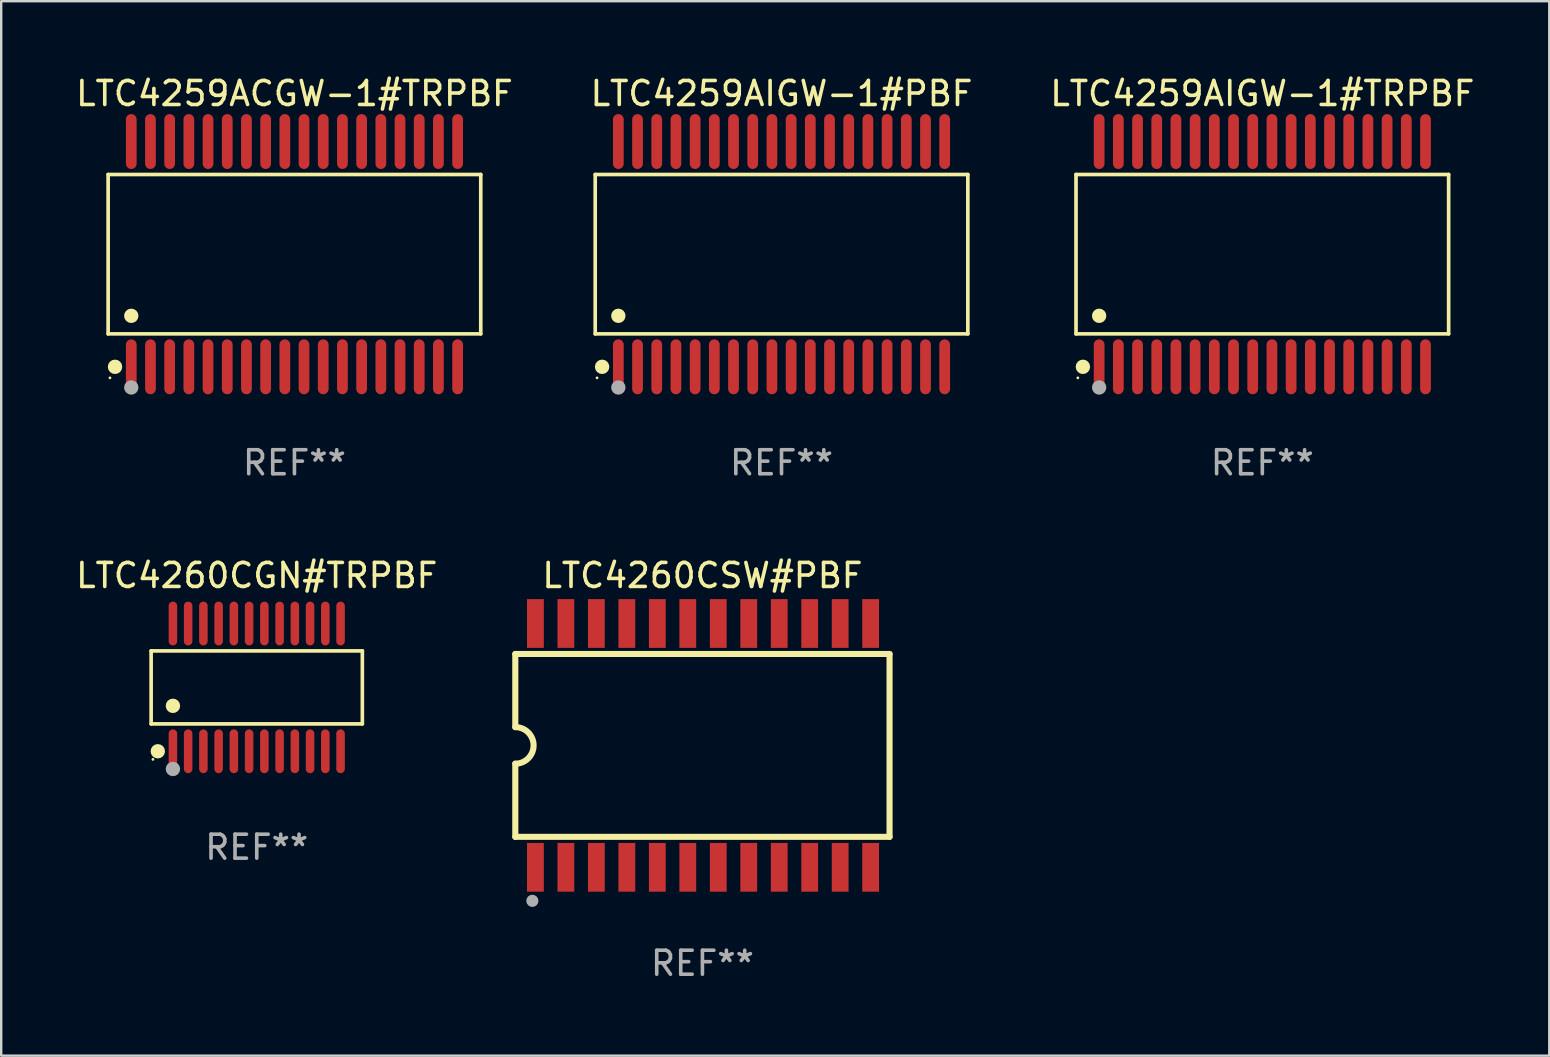
<source format=kicad_pcb>
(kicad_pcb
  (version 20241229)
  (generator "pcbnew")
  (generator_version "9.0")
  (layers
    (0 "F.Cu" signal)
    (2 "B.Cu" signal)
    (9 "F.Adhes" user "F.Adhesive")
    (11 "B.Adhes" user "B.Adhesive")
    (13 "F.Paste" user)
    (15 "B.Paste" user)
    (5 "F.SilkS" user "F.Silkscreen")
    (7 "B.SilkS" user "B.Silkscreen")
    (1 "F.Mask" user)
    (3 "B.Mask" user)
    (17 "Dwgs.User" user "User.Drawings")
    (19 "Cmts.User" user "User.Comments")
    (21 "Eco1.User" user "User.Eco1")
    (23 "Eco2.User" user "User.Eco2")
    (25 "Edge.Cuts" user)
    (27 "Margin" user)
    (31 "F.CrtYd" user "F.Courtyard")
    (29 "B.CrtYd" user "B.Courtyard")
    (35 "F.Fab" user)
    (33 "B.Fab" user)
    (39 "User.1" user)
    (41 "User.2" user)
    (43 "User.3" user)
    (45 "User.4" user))
  (footprint "LTC4260CGN#TRPBF"
    (layer "F.Cu")
    (at 7.649 25.595)
    (property "Reference" "LTC4260CGN#TRPBF" (at 0 -4.662 0) (layer "F.SilkS") (effects (font (size 1 1) (thickness 0.15))))
    (attr through_hole)
    (fp_line (start -4.401 -1.521) (end 4.401 -1.521) (stroke (width 0.152) (type solid)) (layer "F.SilkS"))
    (fp_line (start -4.401 1.521) (end -4.401 -1.521) (stroke (width 0.152) (type solid)) (layer "F.SilkS"))
    (fp_line (start 4.401 -1.521) (end 4.401 1.521) (stroke (width 0.152) (type solid)) (layer "F.SilkS"))
    (fp_line (start 4.401 1.521) (end -4.401 1.521) (stroke (width 0.152) (type solid)) (layer "F.SilkS"))
    (fp_circle (center -4.325 3) (end -4.295 3) (stroke (width 0.06) (type solid)) (fill no) (layer "F.SilkS"))
    (fp_circle (center -4.123 2.662) (end -3.973 2.662) (stroke (width 0.3) (type solid)) (fill no) (layer "F.SilkS"))
    (fp_circle (center -3.493 0.769) (end -3.342 0.769) (stroke (width 0.3) (type solid)) (fill no) (layer "F.SilkS"))
    (fp_circle (center -3.493 3.4) (end -3.342 3.4) (stroke (width 0.3) (type solid)) (fill no) (layer "F.Fab"))
    (fp_text user "REF**" (at 0 6.662 0) (layer "F.Fab") (effects (font (size 1 1) (thickness 0.15))))
    (pad "1" smd oval (at -3.493 2.662) (size 0.356 1.824) (layers "F.Cu" "F.Mask" "F.Paste"))
    (pad "2" smd oval (at -2.858 2.662) (size 0.356 1.824) (layers "F.Cu" "F.Mask" "F.Paste"))
    (pad "3" smd oval (at -2.223 2.662) (size 0.356 1.824) (layers "F.Cu" "F.Mask" "F.Paste"))
    (pad "4" smd oval (at -1.588 2.662) (size 0.356 1.824) (layers "F.Cu" "F.Mask" "F.Paste"))
    (pad "5" smd oval (at -0.953 2.662) (size 0.356 1.824) (layers "F.Cu" "F.Mask" "F.Paste"))
    (pad "6" smd oval (at -0.318 2.662) (size 0.356 1.824) (layers "F.Cu" "F.Mask" "F.Paste"))
    (pad "7" smd oval (at 0.318 2.662) (size 0.356 1.824) (layers "F.Cu" "F.Mask" "F.Paste"))
    (pad "8" smd oval (at 0.953 2.662) (size 0.356 1.824) (layers "F.Cu" "F.Mask" "F.Paste"))
    (pad "9" smd oval (at 1.588 2.662) (size 0.356 1.824) (layers "F.Cu" "F.Mask" "F.Paste"))
    (pad "10" smd oval (at 2.223 2.662) (size 0.356 1.824) (layers "F.Cu" "F.Mask" "F.Paste"))
    (pad "11" smd oval (at 2.858 2.662) (size 0.356 1.824) (layers "F.Cu" "F.Mask" "F.Paste"))
    (pad "12" smd oval (at 3.493 2.662) (size 0.356 1.824) (layers "F.Cu" "F.Mask" "F.Paste"))
    (pad "13" smd oval (at 3.493 -2.662) (size 0.356 1.824) (layers "F.Cu" "F.Mask" "F.Paste"))
    (pad "14" smd oval (at 2.858 -2.662) (size 0.356 1.824) (layers "F.Cu" "F.Mask" "F.Paste"))
    (pad "15" smd oval (at 2.223 -2.662) (size 0.356 1.824) (layers "F.Cu" "F.Mask" "F.Paste"))
    (pad "16" smd oval (at 1.588 -2.662) (size 0.356 1.824) (layers "F.Cu" "F.Mask" "F.Paste"))
    (pad "17" smd oval (at 0.953 -2.662) (size 0.356 1.824) (layers "F.Cu" "F.Mask" "F.Paste"))
    (pad "18" smd oval (at 0.318 -2.662) (size 0.356 1.824) (layers "F.Cu" "F.Mask" "F.Paste"))
    (pad "19" smd oval (at -0.318 -2.662) (size 0.356 1.824) (layers "F.Cu" "F.Mask" "F.Paste"))
    (pad "20" smd oval (at -0.953 -2.662) (size 0.356 1.824) (layers "F.Cu" "F.Mask" "F.Paste"))
    (pad "21" smd oval (at -1.588 -2.662) (size 0.356 1.824) (layers "F.Cu" "F.Mask" "F.Paste"))
    (pad "22" smd oval (at -2.223 -2.662) (size 0.356 1.824) (layers "F.Cu" "F.Mask" "F.Paste"))
    (pad "23" smd oval (at -2.858 -2.662) (size 0.356 1.824) (layers "F.Cu" "F.Mask" "F.Paste"))
    (pad "24" smd oval (at -3.493 -2.662) (size 0.356 1.824) (layers "F.Cu" "F.Mask" "F.Paste")))
  (footprint "LTC4260CSW#PBF"
    (layer "F.Cu")
    (at 26.222 28.013)
    (property "Reference" "LTC4260CSW#PBF" (at 0 -7.08 0) (layer "F.SilkS") (effects (font (size 1 1) (thickness 0.15))))
    (attr through_hole)
    (fp_line (start -7.798 -3.81) (end -7.798 -0.762) (stroke (width 0.254) (type solid)) (layer "F.SilkS"))
    (fp_line (start -7.798 3.81) (end -7.798 0.762) (stroke (width 0.254) (type solid)) (layer "F.SilkS"))
    (fp_line (start 7.798 -3.81) (end -7.798 -3.81) (stroke (width 0.254) (type solid)) (layer "F.SilkS"))
    (fp_line (start 7.798 3.81) (end -7.798 3.81) (stroke (width 0.254) (type solid)) (layer "F.SilkS"))
    (fp_line (start 7.798 3.81) (end 7.798 -3.81) (stroke (width 0.254) (type solid)) (layer "F.SilkS"))
    (fp_arc (start -7.797791 -0.762002) (mid -7.03579 -0.000001) (end -7.79779 0.762002) (stroke (width 0.254001) (type solid)) (layer "F.SilkS"))
    (fp_circle (center -7.825 3.75) (end -7.795 3.75) (stroke (width 0.06) (type solid)) (fill no) (layer "F.SilkS"))
    (fp_circle (center -7.087 6.477) (end -6.96 6.477) (stroke (width 0.254) (type solid)) (fill no) (layer "F.Fab"))
    (fp_text user "REF**" (at 0 9.08 0) (layer "F.Fab") (effects (font (size 1 1) (thickness 0.15))))
    (pad "1" smd rect (at -6.96 5.08 90) (size 2.032 0.7) (layers "F.Cu" "F.Mask" "F.Paste"))
    (pad "2" smd rect (at -5.69 5.08 90) (size 2.032 0.7) (layers "F.Cu" "F.Mask" "F.Paste"))
    (pad "3" smd rect (at -4.42 5.08 90) (size 2.032 0.7) (layers "F.Cu" "F.Mask" "F.Paste"))
    (pad "4" smd rect (at -3.15 5.08 90) (size 2.032 0.7) (layers "F.Cu" "F.Mask" "F.Paste"))
    (pad "5" smd rect (at -1.88 5.08 90) (size 2.032 0.7) (layers "F.Cu" "F.Mask" "F.Paste"))
    (pad "6" smd rect (at -0.61 5.08 90) (size 2.032 0.7) (layers "F.Cu" "F.Mask" "F.Paste"))
    (pad "7" smd rect (at 0.66 5.08 90) (size 2.032 0.7) (layers "F.Cu" "F.Mask" "F.Paste"))
    (pad "8" smd rect (at 1.93 5.08 90) (size 2.032 0.7) (layers "F.Cu" "F.Mask" "F.Paste"))
    (pad "9" smd rect (at 3.2 5.08 90) (size 2.032 0.7) (layers "F.Cu" "F.Mask" "F.Paste"))
    (pad "10" smd rect (at 4.47 5.08 90) (size 2.032 0.7) (layers "F.Cu" "F.Mask" "F.Paste"))
    (pad "11" smd rect (at 5.74 5.08 90) (size 2.032 0.7) (layers "F.Cu" "F.Mask" "F.Paste"))
    (pad "12" smd rect (at 7.01 5.08 90) (size 2.032 0.7) (layers "F.Cu" "F.Mask" "F.Paste"))
    (pad "13" smd rect (at 7.01 -5.08 90) (size 2.032 0.7) (layers "F.Cu" "F.Mask" "F.Paste"))
    (pad "14" smd rect (at 5.74 -5.08 90) (size 2.032 0.7) (layers "F.Cu" "F.Mask" "F.Paste"))
    (pad "15" smd rect (at 4.47 -5.08 90) (size 2.032 0.7) (layers "F.Cu" "F.Mask" "F.Paste"))
    (pad "16" smd rect (at 3.2 -5.08 90) (size 2.032 0.7) (layers "F.Cu" "F.Mask" "F.Paste"))
    (pad "17" smd rect (at 1.93 -5.08 90) (size 2.032 0.7) (layers "F.Cu" "F.Mask" "F.Paste"))
    (pad "18" smd rect (at 0.66 -5.08 90) (size 2.032 0.7) (layers "F.Cu" "F.Mask" "F.Paste"))
    (pad "19" smd rect (at -0.61 -5.08 90) (size 2.032 0.7) (layers "F.Cu" "F.Mask" "F.Paste"))
    (pad "20" smd rect (at -1.88 -5.08 90) (size 2.032 0.7) (layers "F.Cu" "F.Mask" "F.Paste"))
    (pad "21" smd rect (at -3.15 -5.08 90) (size 2.032 0.7) (layers "F.Cu" "F.Mask" "F.Paste"))
    (pad "22" smd rect (at -4.42 -5.08 90) (size 2.032 0.7) (layers "F.Cu" "F.Mask" "F.Paste"))
    (pad "23" smd rect (at -5.69 -5.08 90) (size 2.032 0.7) (layers "F.Cu" "F.Mask" "F.Paste"))
    (pad "24" smd rect (at -6.96 -5.08 90) (size 2.032 0.7) (layers "F.Cu" "F.Mask" "F.Paste")))
  (footprint "LTC4259AIGW-1#TRPBF"
    (layer "F.Cu")
    (at 49.554 7.542)
    (property "Reference" "LTC4259AIGW-1#TRPBF" (at 0 -6.694 0) (layer "F.SilkS") (effects (font (size 1 1) (thickness 0.15))))
    (attr through_hole)
    (fp_line (start -7.764 -3.321) (end 7.764 -3.321) (stroke (width 0.152) (type solid)) (layer "F.SilkS"))
    (fp_line (start -7.764 3.321) (end -7.764 -3.321) (stroke (width 0.152) (type solid)) (layer "F.SilkS"))
    (fp_line (start 7.764 -3.321) (end 7.764 3.321) (stroke (width 0.152) (type solid)) (layer "F.SilkS"))
    (fp_line (start 7.764 3.321) (end -7.764 3.321) (stroke (width 0.152) (type solid)) (layer "F.SilkS"))
    (fp_circle (center -7.688 5.155) (end -7.658 5.155) (stroke (width 0.06) (type solid)) (fill no) (layer "F.SilkS"))
    (fp_circle (center -7.477 4.694) (end -7.326 4.694) (stroke (width 0.3) (type solid)) (fill no) (layer "F.SilkS"))
    (fp_circle (center -6.8 2.569) (end -6.65 2.569) (stroke (width 0.3) (type solid)) (fill no) (layer "F.SilkS"))
    (fp_circle (center -6.8 5.555) (end -6.65 5.555) (stroke (width 0.3) (type solid)) (fill no) (layer "F.Fab"))
    (fp_text user "REF**" (at 0 8.694 0) (layer "F.Fab") (effects (font (size 1 1) (thickness 0.15))))
    (pad "1" smd oval (at -6.8 4.694) (size 0.448 2.288) (layers "F.Cu" "F.Mask" "F.Paste"))
    (pad "2" smd oval (at -6 4.694) (size 0.448 2.288) (layers "F.Cu" "F.Mask" "F.Paste"))
    (pad "3" smd oval (at -5.2 4.694) (size 0.448 2.288) (layers "F.Cu" "F.Mask" "F.Paste"))
    (pad "4" smd oval (at -4.4 4.694) (size 0.448 2.288) (layers "F.Cu" "F.Mask" "F.Paste"))
    (pad "5" smd oval (at -3.6 4.694) (size 0.448 2.288) (layers "F.Cu" "F.Mask" "F.Paste"))
    (pad "6" smd oval (at -2.8 4.694) (size 0.448 2.288) (layers "F.Cu" "F.Mask" "F.Paste"))
    (pad "7" smd oval (at -2 4.694) (size 0.448 2.288) (layers "F.Cu" "F.Mask" "F.Paste"))
    (pad "8" smd oval (at -1.2 4.694) (size 0.448 2.288) (layers "F.Cu" "F.Mask" "F.Paste"))
    (pad "9" smd oval (at -0.4 4.694) (size 0.448 2.288) (layers "F.Cu" "F.Mask" "F.Paste"))
    (pad "10" smd oval (at 0.4 4.694) (size 0.448 2.288) (layers "F.Cu" "F.Mask" "F.Paste"))
    (pad "11" smd oval (at 1.2 4.694) (size 0.448 2.288) (layers "F.Cu" "F.Mask" "F.Paste"))
    (pad "12" smd oval (at 2 4.694) (size 0.448 2.288) (layers "F.Cu" "F.Mask" "F.Paste"))
    (pad "13" smd oval (at 2.8 4.694) (size 0.448 2.288) (layers "F.Cu" "F.Mask" "F.Paste"))
    (pad "14" smd oval (at 3.6 4.694) (size 0.448 2.288) (layers "F.Cu" "F.Mask" "F.Paste"))
    (pad "15" smd oval (at 4.4 4.694) (size 0.448 2.288) (layers "F.Cu" "F.Mask" "F.Paste"))
    (pad "16" smd oval (at 5.2 4.694) (size 0.448 2.288) (layers "F.Cu" "F.Mask" "F.Paste"))
    (pad "17" smd oval (at 6 4.694) (size 0.448 2.288) (layers "F.Cu" "F.Mask" "F.Paste"))
    (pad "18" smd oval (at 6.8 4.694) (size 0.448 2.288) (layers "F.Cu" "F.Mask" "F.Paste"))
    (pad "19" smd oval (at 6.8 -4.694) (size 0.448 2.288) (layers "F.Cu" "F.Mask" "F.Paste"))
    (pad "20" smd oval (at 6 -4.694) (size 0.448 2.288) (layers "F.Cu" "F.Mask" "F.Paste"))
    (pad "21" smd oval (at 5.2 -4.694) (size 0.448 2.288) (layers "F.Cu" "F.Mask" "F.Paste"))
    (pad "22" smd oval (at 4.4 -4.694) (size 0.448 2.288) (layers "F.Cu" "F.Mask" "F.Paste"))
    (pad "23" smd oval (at 3.6 -4.694) (size 0.448 2.288) (layers "F.Cu" "F.Mask" "F.Paste"))
    (pad "24" smd oval (at 2.8 -4.694) (size 0.448 2.288) (layers "F.Cu" "F.Mask" "F.Paste"))
    (pad "25" smd oval (at 2 -4.694) (size 0.448 2.288) (layers "F.Cu" "F.Mask" "F.Paste"))
    (pad "26" smd oval (at 1.2 -4.694) (size 0.448 2.288) (layers "F.Cu" "F.Mask" "F.Paste"))
    (pad "27" smd oval (at 0.4 -4.694) (size 0.448 2.288) (layers "F.Cu" "F.Mask" "F.Paste"))
    (pad "28" smd oval (at -0.4 -4.694) (size 0.448 2.288) (layers "F.Cu" "F.Mask" "F.Paste"))
    (pad "29" smd oval (at -1.2 -4.694) (size 0.448 2.288) (layers "F.Cu" "F.Mask" "F.Paste"))
    (pad "30" smd oval (at -2 -4.694) (size 0.448 2.288) (layers "F.Cu" "F.Mask" "F.Paste"))
    (pad "31" smd oval (at -2.8 -4.694) (size 0.448 2.288) (layers "F.Cu" "F.Mask" "F.Paste"))
    (pad "32" smd oval (at -3.6 -4.694) (size 0.448 2.288) (layers "F.Cu" "F.Mask" "F.Paste"))
    (pad "33" smd oval (at -4.4 -4.694) (size 0.448 2.288) (layers "F.Cu" "F.Mask" "F.Paste"))
    (pad "34" smd oval (at -5.2 -4.694) (size 0.448 2.288) (layers "F.Cu" "F.Mask" "F.Paste"))
    (pad "35" smd oval (at -6 -4.694) (size 0.448 2.288) (layers "F.Cu" "F.Mask" "F.Paste"))
    (pad "36" smd oval (at -6.8 -4.694) (size 0.448 2.288) (layers "F.Cu" "F.Mask" "F.Paste")))
  (footprint "LTC4259ACGW-1#TRPBF"
    (layer "F.Cu")
    (at 9.22 7.542)
    (property "Reference" "LTC4259ACGW-1#TRPBF" (at 0 -6.694 0) (layer "F.SilkS") (effects (font (size 1 1) (thickness 0.15))))
    (attr through_hole)
    (fp_line (start -7.764 -3.321) (end 7.764 -3.321) (stroke (width 0.152) (type solid)) (layer "F.SilkS"))
    (fp_line (start -7.764 3.321) (end -7.764 -3.321) (stroke (width 0.152) (type solid)) (layer "F.SilkS"))
    (fp_line (start 7.764 -3.321) (end 7.764 3.321) (stroke (width 0.152) (type solid)) (layer "F.SilkS"))
    (fp_line (start 7.764 3.321) (end -7.764 3.321) (stroke (width 0.152) (type solid)) (layer "F.SilkS"))
    (fp_circle (center -7.688 5.155) (end -7.658 5.155) (stroke (width 0.06) (type solid)) (fill no) (layer "F.SilkS"))
    (fp_circle (center -7.477 4.694) (end -7.326 4.694) (stroke (width 0.3) (type solid)) (fill no) (layer "F.SilkS"))
    (fp_circle (center -6.8 2.569) (end -6.65 2.569) (stroke (width 0.3) (type solid)) (fill no) (layer "F.SilkS"))
    (fp_circle (center -6.8 5.555) (end -6.65 5.555) (stroke (width 0.3) (type solid)) (fill no) (layer "F.Fab"))
    (fp_text user "REF**" (at 0 8.694 0) (layer "F.Fab") (effects (font (size 1 1) (thickness 0.15))))
    (pad "1" smd oval (at -6.8 4.694) (size 0.448 2.288) (layers "F.Cu" "F.Mask" "F.Paste"))
    (pad "2" smd oval (at -6 4.694) (size 0.448 2.288) (layers "F.Cu" "F.Mask" "F.Paste"))
    (pad "3" smd oval (at -5.2 4.694) (size 0.448 2.288) (layers "F.Cu" "F.Mask" "F.Paste"))
    (pad "4" smd oval (at -4.4 4.694) (size 0.448 2.288) (layers "F.Cu" "F.Mask" "F.Paste"))
    (pad "5" smd oval (at -3.6 4.694) (size 0.448 2.288) (layers "F.Cu" "F.Mask" "F.Paste"))
    (pad "6" smd oval (at -2.8 4.694) (size 0.448 2.288) (layers "F.Cu" "F.Mask" "F.Paste"))
    (pad "7" smd oval (at -2 4.694) (size 0.448 2.288) (layers "F.Cu" "F.Mask" "F.Paste"))
    (pad "8" smd oval (at -1.2 4.694) (size 0.448 2.288) (layers "F.Cu" "F.Mask" "F.Paste"))
    (pad "9" smd oval (at -0.4 4.694) (size 0.448 2.288) (layers "F.Cu" "F.Mask" "F.Paste"))
    (pad "10" smd oval (at 0.4 4.694) (size 0.448 2.288) (layers "F.Cu" "F.Mask" "F.Paste"))
    (pad "11" smd oval (at 1.2 4.694) (size 0.448 2.288) (layers "F.Cu" "F.Mask" "F.Paste"))
    (pad "12" smd oval (at 2 4.694) (size 0.448 2.288) (layers "F.Cu" "F.Mask" "F.Paste"))
    (pad "13" smd oval (at 2.8 4.694) (size 0.448 2.288) (layers "F.Cu" "F.Mask" "F.Paste"))
    (pad "14" smd oval (at 3.6 4.694) (size 0.448 2.288) (layers "F.Cu" "F.Mask" "F.Paste"))
    (pad "15" smd oval (at 4.4 4.694) (size 0.448 2.288) (layers "F.Cu" "F.Mask" "F.Paste"))
    (pad "16" smd oval (at 5.2 4.694) (size 0.448 2.288) (layers "F.Cu" "F.Mask" "F.Paste"))
    (pad "17" smd oval (at 6 4.694) (size 0.448 2.288) (layers "F.Cu" "F.Mask" "F.Paste"))
    (pad "18" smd oval (at 6.8 4.694) (size 0.448 2.288) (layers "F.Cu" "F.Mask" "F.Paste"))
    (pad "19" smd oval (at 6.8 -4.694) (size 0.448 2.288) (layers "F.Cu" "F.Mask" "F.Paste"))
    (pad "20" smd oval (at 6 -4.694) (size 0.448 2.288) (layers "F.Cu" "F.Mask" "F.Paste"))
    (pad "21" smd oval (at 5.2 -4.694) (size 0.448 2.288) (layers "F.Cu" "F.Mask" "F.Paste"))
    (pad "22" smd oval (at 4.4 -4.694) (size 0.448 2.288) (layers "F.Cu" "F.Mask" "F.Paste"))
    (pad "23" smd oval (at 3.6 -4.694) (size 0.448 2.288) (layers "F.Cu" "F.Mask" "F.Paste"))
    (pad "24" smd oval (at 2.8 -4.694) (size 0.448 2.288) (layers "F.Cu" "F.Mask" "F.Paste"))
    (pad "25" smd oval (at 2 -4.694) (size 0.448 2.288) (layers "F.Cu" "F.Mask" "F.Paste"))
    (pad "26" smd oval (at 1.2 -4.694) (size 0.448 2.288) (layers "F.Cu" "F.Mask" "F.Paste"))
    (pad "27" smd oval (at 0.4 -4.694) (size 0.448 2.288) (layers "F.Cu" "F.Mask" "F.Paste"))
    (pad "28" smd oval (at -0.4 -4.694) (size 0.448 2.288) (layers "F.Cu" "F.Mask" "F.Paste"))
    (pad "29" smd oval (at -1.2 -4.694) (size 0.448 2.288) (layers "F.Cu" "F.Mask" "F.Paste"))
    (pad "30" smd oval (at -2 -4.694) (size 0.448 2.288) (layers "F.Cu" "F.Mask" "F.Paste"))
    (pad "31" smd oval (at -2.8 -4.694) (size 0.448 2.288) (layers "F.Cu" "F.Mask" "F.Paste"))
    (pad "32" smd oval (at -3.6 -4.694) (size 0.448 2.288) (layers "F.Cu" "F.Mask" "F.Paste"))
    (pad "33" smd oval (at -4.4 -4.694) (size 0.448 2.288) (layers "F.Cu" "F.Mask" "F.Paste"))
    (pad "34" smd oval (at -5.2 -4.694) (size 0.448 2.288) (layers "F.Cu" "F.Mask" "F.Paste"))
    (pad "35" smd oval (at -6 -4.694) (size 0.448 2.288) (layers "F.Cu" "F.Mask" "F.Paste"))
    (pad "36" smd oval (at -6.8 -4.694) (size 0.448 2.288) (layers "F.Cu" "F.Mask" "F.Paste")))
  (footprint "LTC4259AIGW-1#PBF"
    (layer "F.Cu")
    (at 29.518 7.542)
    (property "Reference" "LTC4259AIGW-1#PBF" (at 0 -6.694 0) (layer "F.SilkS") (effects (font (size 1 1) (thickness 0.15))))
    (attr through_hole)
    (fp_line (start -7.764 -3.321) (end 7.764 -3.321) (stroke (width 0.152) (type solid)) (layer "F.SilkS"))
    (fp_line (start -7.764 3.321) (end -7.764 -3.321) (stroke (width 0.152) (type solid)) (layer "F.SilkS"))
    (fp_line (start 7.764 -3.321) (end 7.764 3.321) (stroke (width 0.152) (type solid)) (layer "F.SilkS"))
    (fp_line (start 7.764 3.321) (end -7.764 3.321) (stroke (width 0.152) (type solid)) (layer "F.SilkS"))
    (fp_circle (center -7.688 5.155) (end -7.658 5.155) (stroke (width 0.06) (type solid)) (fill no) (layer "F.SilkS"))
    (fp_circle (center -7.477 4.694) (end -7.326 4.694) (stroke (width 0.3) (type solid)) (fill no) (layer "F.SilkS"))
    (fp_circle (center -6.8 2.569) (end -6.65 2.569) (stroke (width 0.3) (type solid)) (fill no) (layer "F.SilkS"))
    (fp_circle (center -6.8 5.555) (end -6.65 5.555) (stroke (width 0.3) (type solid)) (fill no) (layer "F.Fab"))
    (fp_text user "REF**" (at 0 8.694 0) (layer "F.Fab") (effects (font (size 1 1) (thickness 0.15))))
    (pad "1" smd oval (at -6.8 4.694) (size 0.448 2.288) (layers "F.Cu" "F.Mask" "F.Paste"))
    (pad "2" smd oval (at -6 4.694) (size 0.448 2.288) (layers "F.Cu" "F.Mask" "F.Paste"))
    (pad "3" smd oval (at -5.2 4.694) (size 0.448 2.288) (layers "F.Cu" "F.Mask" "F.Paste"))
    (pad "4" smd oval (at -4.4 4.694) (size 0.448 2.288) (layers "F.Cu" "F.Mask" "F.Paste"))
    (pad "5" smd oval (at -3.6 4.694) (size 0.448 2.288) (layers "F.Cu" "F.Mask" "F.Paste"))
    (pad "6" smd oval (at -2.8 4.694) (size 0.448 2.288) (layers "F.Cu" "F.Mask" "F.Paste"))
    (pad "7" smd oval (at -2 4.694) (size 0.448 2.288) (layers "F.Cu" "F.Mask" "F.Paste"))
    (pad "8" smd oval (at -1.2 4.694) (size 0.448 2.288) (layers "F.Cu" "F.Mask" "F.Paste"))
    (pad "9" smd oval (at -0.4 4.694) (size 0.448 2.288) (layers "F.Cu" "F.Mask" "F.Paste"))
    (pad "10" smd oval (at 0.4 4.694) (size 0.448 2.288) (layers "F.Cu" "F.Mask" "F.Paste"))
    (pad "11" smd oval (at 1.2 4.694) (size 0.448 2.288) (layers "F.Cu" "F.Mask" "F.Paste"))
    (pad "12" smd oval (at 2 4.694) (size 0.448 2.288) (layers "F.Cu" "F.Mask" "F.Paste"))
    (pad "13" smd oval (at 2.8 4.694) (size 0.448 2.288) (layers "F.Cu" "F.Mask" "F.Paste"))
    (pad "14" smd oval (at 3.6 4.694) (size 0.448 2.288) (layers "F.Cu" "F.Mask" "F.Paste"))
    (pad "15" smd oval (at 4.4 4.694) (size 0.448 2.288) (layers "F.Cu" "F.Mask" "F.Paste"))
    (pad "16" smd oval (at 5.2 4.694) (size 0.448 2.288) (layers "F.Cu" "F.Mask" "F.Paste"))
    (pad "17" smd oval (at 6 4.694) (size 0.448 2.288) (layers "F.Cu" "F.Mask" "F.Paste"))
    (pad "18" smd oval (at 6.8 4.694) (size 0.448 2.288) (layers "F.Cu" "F.Mask" "F.Paste"))
    (pad "19" smd oval (at 6.8 -4.694) (size 0.448 2.288) (layers "F.Cu" "F.Mask" "F.Paste"))
    (pad "20" smd oval (at 6 -4.694) (size 0.448 2.288) (layers "F.Cu" "F.Mask" "F.Paste"))
    (pad "21" smd oval (at 5.2 -4.694) (size 0.448 2.288) (layers "F.Cu" "F.Mask" "F.Paste"))
    (pad "22" smd oval (at 4.4 -4.694) (size 0.448 2.288) (layers "F.Cu" "F.Mask" "F.Paste"))
    (pad "23" smd oval (at 3.6 -4.694) (size 0.448 2.288) (layers "F.Cu" "F.Mask" "F.Paste"))
    (pad "24" smd oval (at 2.8 -4.694) (size 0.448 2.288) (layers "F.Cu" "F.Mask" "F.Paste"))
    (pad "25" smd oval (at 2 -4.694) (size 0.448 2.288) (layers "F.Cu" "F.Mask" "F.Paste"))
    (pad "26" smd oval (at 1.2 -4.694) (size 0.448 2.288) (layers "F.Cu" "F.Mask" "F.Paste"))
    (pad "27" smd oval (at 0.4 -4.694) (size 0.448 2.288) (layers "F.Cu" "F.Mask" "F.Paste"))
    (pad "28" smd oval (at -0.4 -4.694) (size 0.448 2.288) (layers "F.Cu" "F.Mask" "F.Paste"))
    (pad "29" smd oval (at -1.2 -4.694) (size 0.448 2.288) (layers "F.Cu" "F.Mask" "F.Paste"))
    (pad "30" smd oval (at -2 -4.694) (size 0.448 2.288) (layers "F.Cu" "F.Mask" "F.Paste"))
    (pad "31" smd oval (at -2.8 -4.694) (size 0.448 2.288) (layers "F.Cu" "F.Mask" "F.Paste"))
    (pad "32" smd oval (at -3.6 -4.694) (size 0.448 2.288) (layers "F.Cu" "F.Mask" "F.Paste"))
    (pad "33" smd oval (at -4.4 -4.694) (size 0.448 2.288) (layers "F.Cu" "F.Mask" "F.Paste"))
    (pad "34" smd oval (at -5.2 -4.694) (size 0.448 2.288) (layers "F.Cu" "F.Mask" "F.Paste"))
    (pad "35" smd oval (at -6 -4.694) (size 0.448 2.288) (layers "F.Cu" "F.Mask" "F.Paste"))
    (pad "36" smd oval (at -6.8 -4.694) (size 0.448 2.288) (layers "F.Cu" "F.Mask" "F.Paste")))
  (gr_rect
    (start -3 -3)
    (end 61.512 40.941)
    (stroke (width 0.1) (type default))
    (fill no)
    (layer "Edge.Cuts")))
</source>
